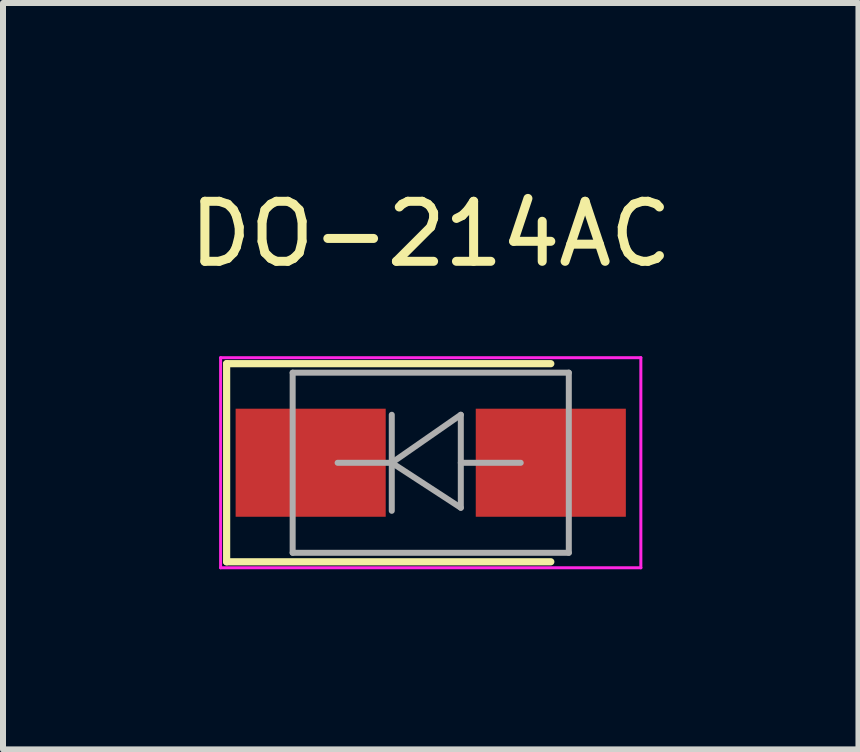
<source format=kicad_pcb>
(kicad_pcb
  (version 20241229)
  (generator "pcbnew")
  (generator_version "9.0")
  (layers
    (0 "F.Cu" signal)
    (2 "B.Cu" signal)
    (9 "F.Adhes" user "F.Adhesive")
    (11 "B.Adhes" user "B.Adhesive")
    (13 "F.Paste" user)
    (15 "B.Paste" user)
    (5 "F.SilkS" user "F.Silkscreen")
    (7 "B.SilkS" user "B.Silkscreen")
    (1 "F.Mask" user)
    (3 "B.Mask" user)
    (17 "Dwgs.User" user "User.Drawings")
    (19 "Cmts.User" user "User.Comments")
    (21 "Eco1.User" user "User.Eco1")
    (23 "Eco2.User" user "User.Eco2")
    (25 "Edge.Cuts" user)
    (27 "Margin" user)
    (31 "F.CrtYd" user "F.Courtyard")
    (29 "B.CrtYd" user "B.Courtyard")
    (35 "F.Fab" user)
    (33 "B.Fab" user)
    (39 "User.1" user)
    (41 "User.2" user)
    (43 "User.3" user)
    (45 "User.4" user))
  (footprint "DO-214AC"
    (layer "F.Cu")
    (at 4.125 4.658)
    (property "Reference" "DO-214AC" (at 0 -3.81 0) (layer "F.SilkS") (effects (font (size 1 1) (thickness 0.15))))
    (attr smd)
    (fp_line (start -3.4 -1.65) (end -3.4 1.65) (stroke (width 0.12) (type solid)) (layer "F.SilkS"))
    (fp_line (start -3.4 -1.65) (end 2 -1.65) (stroke (width 0.12) (type solid)) (layer "F.SilkS"))
    (fp_line (start -3.4 1.65) (end 2 1.65) (stroke (width 0.12) (type solid)) (layer "F.SilkS"))
    (fp_line (start -3.5 -1.75) (end 3.5 -1.75) (stroke (width 0.05) (type solid)) (layer "F.CrtYd"))
    (fp_line (start -3.5 1.75) (end -3.5 -1.75) (stroke (width 0.05) (type solid)) (layer "F.CrtYd"))
    (fp_line (start 3.5 -1.75) (end 3.5 1.75) (stroke (width 0.05) (type solid)) (layer "F.CrtYd"))
    (fp_line (start 3.5 1.75) (end -3.5 1.75) (stroke (width 0.05) (type solid)) (layer "F.CrtYd"))
    (fp_line (start -2.3 1.5) (end -2.3 -1.5) (stroke (width 0.1) (type solid)) (layer "F.Fab"))
    (fp_line (start -0.649 -0.799) (end -0.649 0.801) (stroke (width 0.1) (type solid)) (layer "F.Fab"))
    (fp_line (start -0.649 0.001) (end -1.551 0.001) (stroke (width 0.1) (type solid)) (layer "F.Fab"))
    (fp_line (start -0.649 0.001) (end 0.501 -0.799) (stroke (width 0.1) (type solid)) (layer "F.Fab"))
    (fp_line (start -0.649 0.001) (end 0.501 0.75) (stroke (width 0.1) (type solid)) (layer "F.Fab"))
    (fp_line (start 0.501 0.001) (end 1.499 0.001) (stroke (width 0.1) (type solid)) (layer "F.Fab"))
    (fp_line (start 0.501 0.75) (end 0.501 -0.799) (stroke (width 0.1) (type solid)) (layer "F.Fab"))
    (fp_line (start 2.3 -1.5) (end -2.3 -1.5) (stroke (width 0.1) (type solid)) (layer "F.Fab"))
    (fp_line (start 2.3 -1.5) (end 2.3 1.5) (stroke (width 0.1) (type solid)) (layer "F.Fab"))
    (fp_line (start 2.3 1.5) (end -2.3 1.5) (stroke (width 0.1) (type solid)) (layer "F.Fab"))
    (pad "1" smd rect (at -2 0) (size 2.5 1.8) (layers "F.Cu" "F.Mask" "F.Paste"))
    (pad "2" smd rect (at 2 0) (size 2.5 1.8) (layers "F.Cu" "F.Mask" "F.Paste")))
  (gr_rect
    (start -3 -3)
    (end 11.25 9.433)
    (stroke (width 0.1) (type default))
    (fill no)
    (layer "Edge.Cuts")))
</source>
